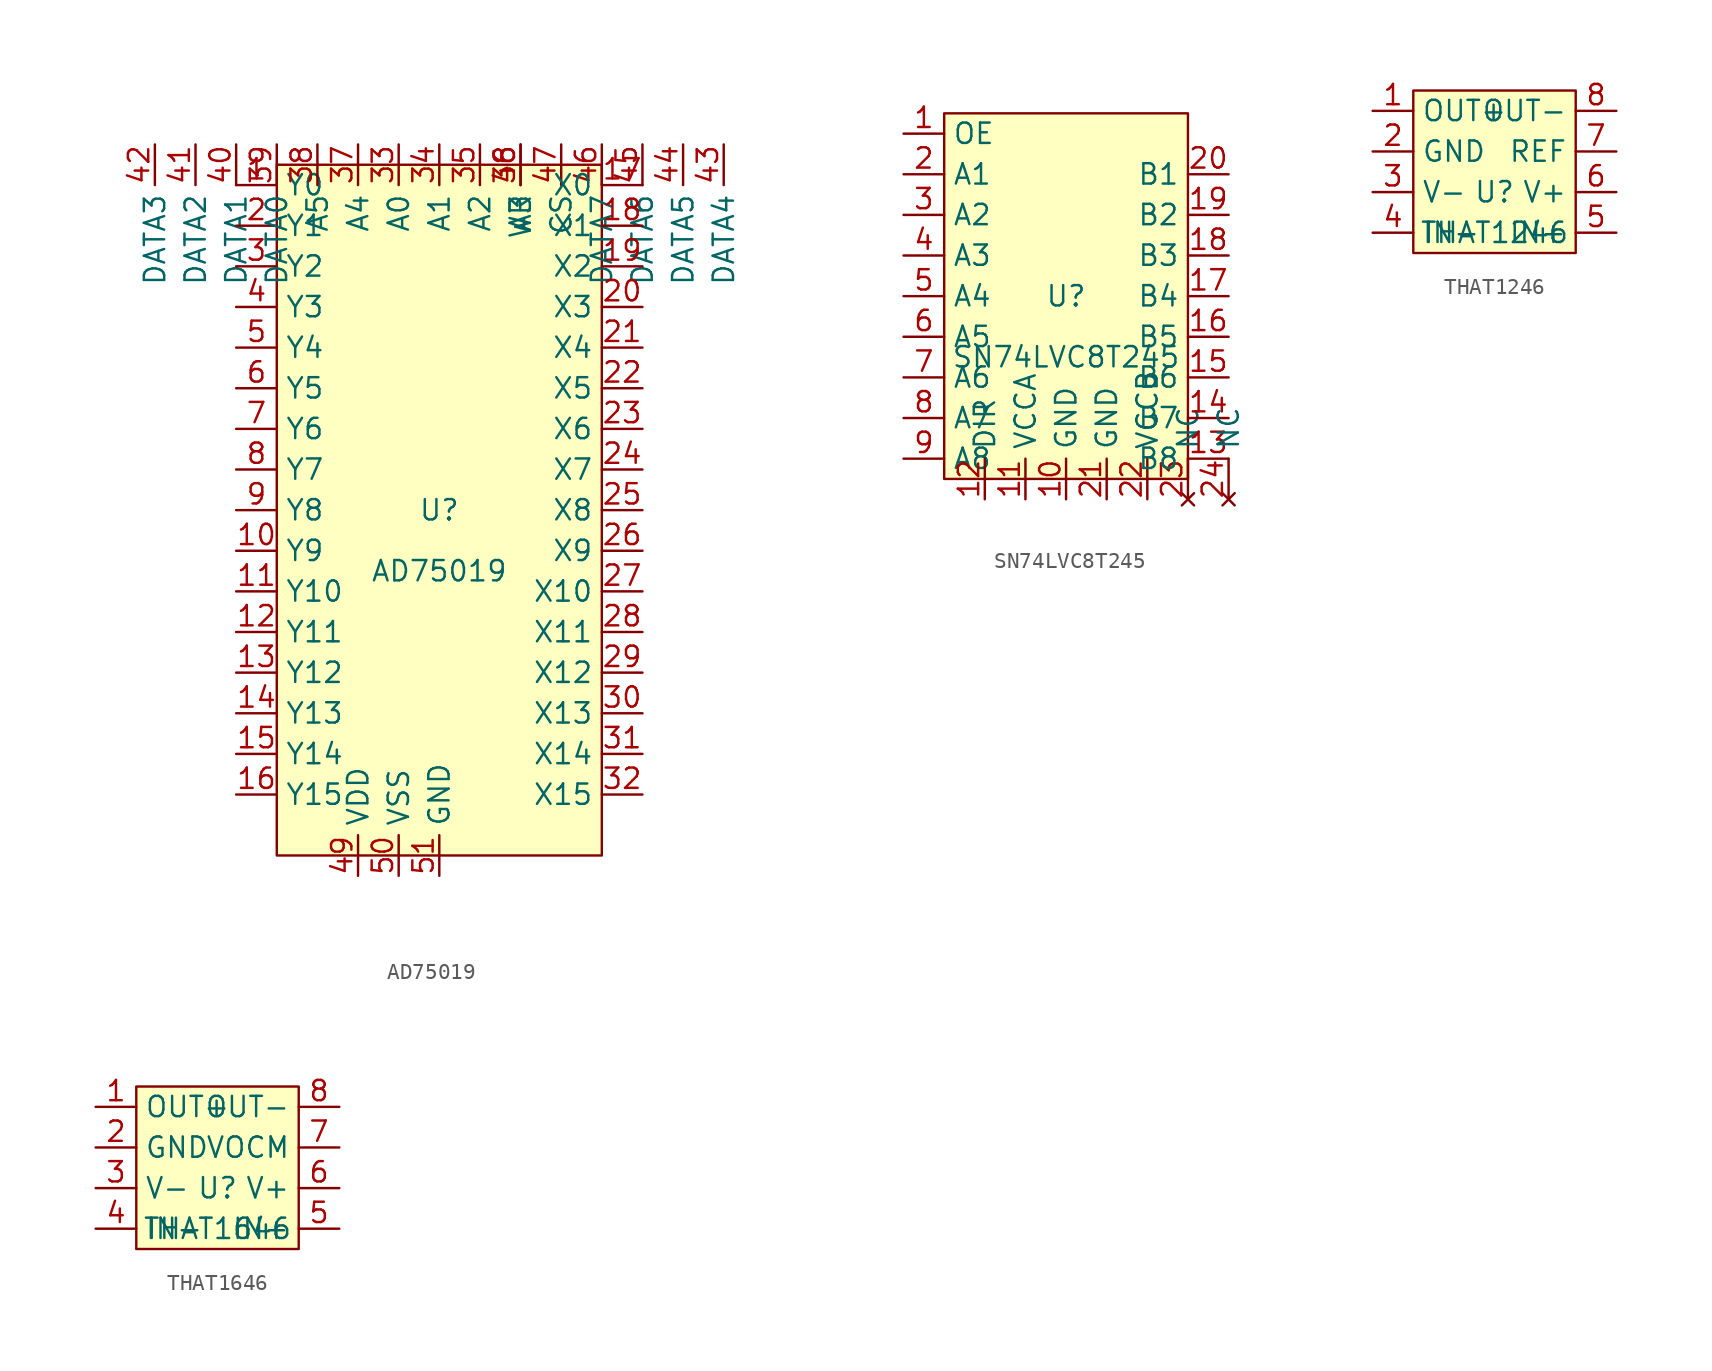
<source format=kicad_sym>
(kicad_symbol_lib
  (version 20241209)
  (generator "kicad_symbol_editor")
  (generator_version "9.0")
  (symbol "AudioEP:AD75019"
    (property "Reference" "U"
      (at 0 0 0)
      (effects (font (size 1.27 1.27))))
    (property "Value" "AD75019"
      (at 0 -3.81 0)
      (effects (font (size 1.27 1.27))))
    (rectangle
      (start -10.16 21.59)
      (end 10.16 -21.59)
      (stroke (width 0.15))
      (fill (type background)))
    (pin passive line
      (at -12.7 20.32 0)
      (length 2.54)
      (name "Y0")
      (number "1"))
    (pin passive line
      (at -12.7 17.78 0)
      (length 2.54)
      (name "Y1")
      (number "2"))
    (pin passive line
      (at -12.7 15.24 0)
      (length 2.54)
      (name "Y2")
      (number "3"))
    (pin passive line
      (at -12.7 12.7 0)
      (length 2.54)
      (name "Y3")
      (number "4"))
    (pin passive line
      (at -12.7 10.16 0)
      (length 2.54)
      (name "Y4")
      (number "5"))
    (pin passive line
      (at -12.7 7.62 0)
      (length 2.54)
      (name "Y5")
      (number "6"))
    (pin passive line
      (at -12.7 5.08 0)
      (length 2.54)
      (name "Y6")
      (number "7"))
    (pin passive line
      (at -12.7 2.54 0)
      (length 2.54)
      (name "Y7")
      (number "8"))
    (pin passive line
      (at -12.7 0 0)
      (length 2.54)
      (name "Y8")
      (number "9"))
    (pin passive line
      (at -12.7 -2.54 0)
      (length 2.54)
      (name "Y9")
      (number "10"))
    (pin passive line
      (at -12.7 -5.08 0)
      (length 2.54)
      (name "Y10")
      (number "11"))
    (pin passive line
      (at -12.7 -7.62 0)
      (length 2.54)
      (name "Y11")
      (number "12"))
    (pin passive line
      (at -12.7 -10.16 0)
      (length 2.54)
      (name "Y12")
      (number "13"))
    (pin passive line
      (at -12.7 -12.7 0)
      (length 2.54)
      (name "Y13")
      (number "14"))
    (pin passive line
      (at -12.7 -15.24 0)
      (length 2.54)
      (name "Y14")
      (number "15"))
    (pin passive line
      (at -12.7 -17.78 0)
      (length 2.54)
      (name "Y15")
      (number "16"))
    (pin passive line
      (at 12.7 20.32 180)
      (length 2.54)
      (name "X0")
      (number "17"))
    (pin passive line
      (at 12.7 17.78 180)
      (length 2.54)
      (name "X1")
      (number "18"))
    (pin passive line
      (at 12.7 15.24 180)
      (length 2.54)
      (name "X2")
      (number "19"))
    (pin passive line
      (at 12.7 12.7 180)
      (length 2.54)
      (name "X3")
      (number "20"))
    (pin passive line
      (at 12.7 10.16 180)
      (length 2.54)
      (name "X4")
      (number "21"))
    (pin passive line
      (at 12.7 7.62 180)
      (length 2.54)
      (name "X5")
      (number "22"))
    (pin passive line
      (at 12.7 5.08 180)
      (length 2.54)
      (name "X6")
      (number "23"))
    (pin passive line
      (at 12.7 2.54 180)
      (length 2.54)
      (name "X7")
      (number "24"))
    (pin passive line
      (at 12.7 0 180)
      (length 2.54)
      (name "X8")
      (number "25"))
    (pin passive line
      (at 12.7 -2.54 180)
      (length 2.54)
      (name "X9")
      (number "26"))
    (pin passive line
      (at 12.7 -5.08 180)
      (length 2.54)
      (name "X10")
      (number "27"))
    (pin passive line
      (at 12.7 -7.62 180)
      (length 2.54)
      (name "X11")
      (number "28"))
    (pin passive line
      (at 12.7 -10.16 180)
      (length 2.54)
      (name "X12")
      (number "29"))
    (pin passive line
      (at 12.7 -12.7 180)
      (length 2.54)
      (name "X13")
      (number "30"))
    (pin passive line
      (at 12.7 -15.24 180)
      (length 2.54)
      (name "X14")
      (number "31"))
    (pin passive line
      (at 12.7 -17.78 180)
      (length 2.54)
      (name "X15")
      (number "32"))
    (pin input line
      (at -2.54 22.86 270)
      (length 2.54)
      (name "A0")
      (number "33"))
    (pin input line
      (at 0 22.86 270)
      (length 2.54)
      (name "A1")
      (number "34"))
    (pin input line
      (at 2.54 22.86 270)
      (length 2.54)
      (name "A2")
      (number "35"))
    (pin input line
      (at 5.08 22.86 270)
      (length 2.54)
      (name "A3")
      (number "36"))
    (pin input line
      (at -5.08 22.86 270)
      (length 2.54)
      (name "A4")
      (number "37"))
    (pin input line
      (at -7.62 22.86 270)
      (length 2.54)
      (name "A5")
      (number "38"))
    (pin input line
      (at -10.16 22.86 270)
      (length 2.54)
      (name "DATA0")
      (number "39"))
    (pin input line
      (at -12.7 22.86 270)
      (length 2.54)
      (name "DATA1")
      (number "40"))
    (pin input line
      (at -15.24 22.86 270)
      (length 2.54)
      (name "DATA2")
      (number "41"))
    (pin input line
      (at -17.78 22.86 270)
      (length 2.54)
      (name "DATA3")
      (number "42"))
    (pin input line
      (at 17.78 22.86 270)
      (length 2.54)
      (name "DATA4")
      (number "43"))
    (pin input line
      (at 15.24 22.86 270)
      (length 2.54)
      (name "DATA5")
      (number "44"))
    (pin input line
      (at 12.7 22.86 270)
      (length 2.54)
      (name "DATA6")
      (number "45"))
    (pin input line
      (at 10.16 22.86 270)
      (length 2.54)
      (name "DATA7")
      (number "46"))
    (pin input line
      (at 7.62 22.86 270)
      (length 2.54)
      (name "CS")
      (number "47"))
    (pin input line
      (at 5.08 22.86 270)
      (length 2.54)
      (name "WR")
      (number "48"))
    (pin power_in line
      (at -5.08 -22.86 90)
      (length 2.54)
      (name "VDD")
      (number "49"))
    (pin power_in line
      (at -2.54 -22.86 90)
      (length 2.54)
      (name "VSS")
      (number "50"))
    (pin power_in line
      (at 0 -22.86 90)
      (length 2.54)
      (name "GND")
      (number "51")))
  (symbol "AudioEP:SN74LVC8T245"
    (property "Reference" "U"
      (at 0 0 0)
      (effects (font (size 1.27 1.27))))
    (property "Value" "SN74LVC8T245"
      (at 0 -3.81 0)
      (effects (font (size 1.27 1.27))))
    (rectangle
      (start -7.62 11.43)
      (end 7.62 -11.43)
      (stroke (width 0.15))
      (fill (type background)))
    (pin input line
      (at -10.16 10.16 0)
      (length 2.54)
      (name "OE")
      (number "1"))
    (pin bidirectional line
      (at -10.16 7.62 0)
      (length 2.54)
      (name "A1")
      (number "2"))
    (pin bidirectional line
      (at -10.16 5.08 0)
      (length 2.54)
      (name "A2")
      (number "3"))
    (pin bidirectional line
      (at -10.16 2.54 0)
      (length 2.54)
      (name "A3")
      (number "4"))
    (pin bidirectional line
      (at -10.16 0 0)
      (length 2.54)
      (name "A4")
      (number "5"))
    (pin bidirectional line
      (at -10.16 -2.54 0)
      (length 2.54)
      (name "A5")
      (number "6"))
    (pin bidirectional line
      (at -10.16 -5.08 0)
      (length 2.54)
      (name "A6")
      (number "7"))
    (pin bidirectional line
      (at -10.16 -7.62 0)
      (length 2.54)
      (name "A7")
      (number "8"))
    (pin bidirectional line
      (at -10.16 -10.16 0)
      (length 2.54)
      (name "A8")
      (number "9"))
    (pin power_in line
      (at 0 -12.7 90)
      (length 2.54)
      (name "GND")
      (number "10"))
    (pin power_in line
      (at -2.54 -12.7 90)
      (length 2.54)
      (name "VCCA")
      (number "11"))
    (pin input line
      (at -5.08 -12.7 90)
      (length 2.54)
      (name "DIR")
      (number "12"))
    (pin bidirectional line
      (at 10.16 -10.16 180)
      (length 2.54)
      (name "B8")
      (number "13"))
    (pin bidirectional line
      (at 10.16 -7.62 180)
      (length 2.54)
      (name "B7")
      (number "14"))
    (pin bidirectional line
      (at 10.16 -5.08 180)
      (length 2.54)
      (name "B6")
      (number "15"))
    (pin bidirectional line
      (at 10.16 -2.54 180)
      (length 2.54)
      (name "B5")
      (number "16"))
    (pin bidirectional line
      (at 10.16 0 180)
      (length 2.54)
      (name "B4")
      (number "17"))
    (pin bidirectional line
      (at 10.16 2.54 180)
      (length 2.54)
      (name "B3")
      (number "18"))
    (pin bidirectional line
      (at 10.16 5.08 180)
      (length 2.54)
      (name "B2")
      (number "19"))
    (pin bidirectional line
      (at 10.16 7.62 180)
      (length 2.54)
      (name "B1")
      (number "20"))
    (pin power_in line
      (at 2.54 -12.7 90)
      (length 2.54)
      (name "GND")
      (number "21"))
    (pin power_in line
      (at 5.08 -12.7 90)
      (length 2.54)
      (name "VCCB")
      (number "22"))
    (pin no_connect line
      (at 7.62 -12.7 90)
      (length 2.54)
      (name "NC")
      (number "23"))
    (pin no_connect line
      (at 10.16 -12.7 90)
      (length 2.54)
      (name "NC")
      (number "24")))
  (symbol "AudioEP:THAT1246"
    (property "Reference" "U"
      (at 0 0 0)
      (effects (font (size 1.27 1.27))))
    (property "Value" "THAT1246"
      (at 0 -2.54 0)
      (effects (font (size 1.27 1.27))))
    (rectangle
      (start -5.08 6.35)
      (end 5.08 -3.81)
      (stroke (width 0.15))
      (fill (type background)))
    (pin output line
      (at -7.62 5.08 0)
      (length 2.54)
      (name "OUT+")
      (number "1"))
    (pin power_in line
      (at -7.62 2.54 0)
      (length 2.54)
      (name "GND")
      (number "2"))
    (pin power_in line
      (at -7.62 0 0)
      (length 2.54)
      (name "V-")
      (number "3"))
    (pin input line
      (at -7.62 -2.54 0)
      (length 2.54)
      (name "IN-")
      (number "4"))
    (pin input line
      (at 7.62 -2.54 180)
      (length 2.54)
      (name "IN+")
      (number "5"))
    (pin power_in line
      (at 7.62 0 180)
      (length 2.54)
      (name "V+")
      (number "6"))
    (pin input line
      (at 7.62 2.54 180)
      (length 2.54)
      (name "REF")
      (number "7"))
    (pin output line
      (at 7.62 5.08 180)
      (length 2.54)
      (name "OUT-")
      (number "8")))
  (symbol "AudioEP:THAT1646"
    (property "Reference" "U"
      (at 0 0 0)
      (effects (font (size 1.27 1.27))))
    (property "Value" "THAT1646"
      (at 0 -2.54 0)
      (effects (font (size 1.27 1.27))))
    (rectangle
      (start -5.08 6.35)
      (end 5.08 -3.81)
      (stroke (width 0.15))
      (fill (type background)))
    (pin output line
      (at -7.62 5.08 0)
      (length 2.54)
      (name "OUT+")
      (number "1"))
    (pin power_in line
      (at -7.62 2.54 0)
      (length 2.54)
      (name "GND")
      (number "2"))
    (pin power_in line
      (at -7.62 0 0)
      (length 2.54)
      (name "V-")
      (number "3"))
    (pin input line
      (at -7.62 -2.54 0)
      (length 2.54)
      (name "IN-")
      (number "4"))
    (pin input line
      (at 7.62 -2.54 180)
      (length 2.54)
      (name "IN+")
      (number "5"))
    (pin power_in line
      (at 7.62 0 180)
      (length 2.54)
      (name "V+")
      (number "6"))
    (pin input line
      (at 7.62 2.54 180)
      (length 2.54)
      (name "VOCM")
      (number "7"))
    (pin output line
      (at 7.62 5.08 180)
      (length 2.54)
      (name "OUT-")
      (number "8"))))
</source>
